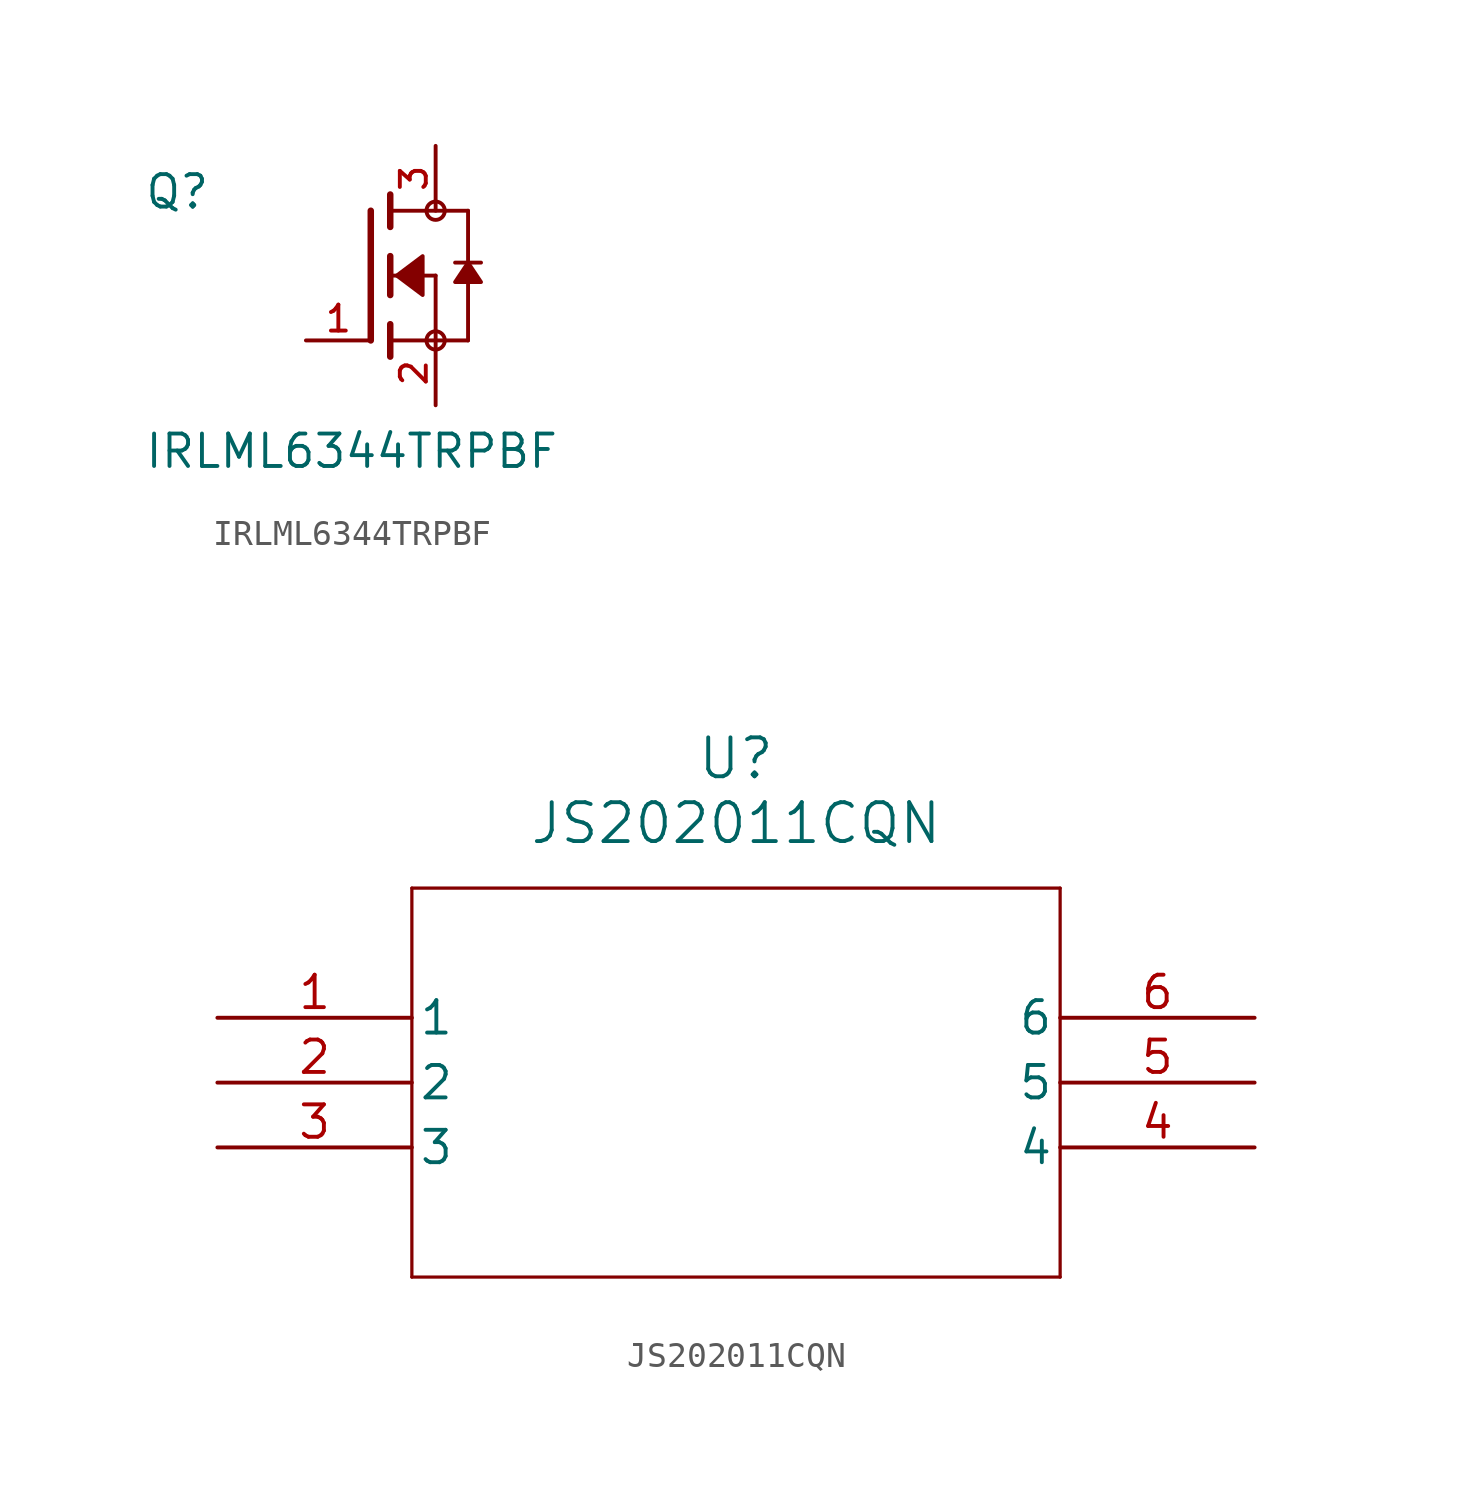
<source format=kicad_sym>
(kicad_symbol_lib
  (version 20241209)
  (generator "kicad_symbol_editor")
  (generator_version "9.0")
  (symbol "IRLML6344TRPBF"
    (pin_names
      (offset 1.016))
    (property "Reference" "Q"
      (at -8.89 2.54 0)
      (effects (font (size 1.27 1.27)) (justify left bottom)))
    (property "Value" "IRLML6344TRPBF"
      (at -8.89 -7.62 0)
      (effects (font (size 1.27 1.27)) (justify left bottom)))
    (symbol "IRLML6344TRPBF_0_0"
      (polyline (pts (xy 0 2.54) (xy 0 -2.54)) (stroke (width 0.254) (type default)) (fill (type none)))
      (polyline (pts (xy 0.762 3.175) (xy 0.762 2.54)) (stroke (width 0.254) (type default)) (fill (type none)))
      (polyline (pts (xy 0.762 2.54) (xy 0.762 1.905)) (stroke (width 0.254) (type default)) (fill (type none)))
      (polyline (pts (xy 0.762 2.54) (xy 3.81 2.54)) (stroke (width 0.152) (type default)) (fill (type none)))
      (polyline (pts (xy 0.762 0.762) (xy 0.762 0)) (stroke (width 0.254) (type default)) (fill (type none)))
      (polyline (pts (xy 0.762 0) (xy 0.762 -0.762)) (stroke (width 0.254) (type default)) (fill (type none)))
      (polyline (pts (xy 0.762 0) (xy 2.54 0)) (stroke (width 0.152) (type default)) (fill (type none)))
      (polyline (pts (xy 0.762 -1.905) (xy 0.762 -3.175)) (stroke (width 0.254) (type default)) (fill (type none)))
      (polyline (pts (xy 1.016 0) (xy 2.032 0.762) (xy 2.032 -0.762) (xy 1.016 0)) (stroke (width 0.152) (type default)) (fill (type outline)))
      (circle (center 2.54 2.54) (radius 0.359) (stroke (width 0) (type default)) (fill (type none)))
      (polyline (pts (xy 2.54 0) (xy 2.54 -2.54)) (stroke (width 0.152) (type default)) (fill (type none)))
      (circle (center 2.54 -2.54) (radius 0.359) (stroke (width 0) (type default)) (fill (type none)))
      (polyline (pts (xy 3.81 2.54) (xy 3.81 0.508)) (stroke (width 0.152) (type default)) (fill (type none)))
      (polyline (pts (xy 3.81 0.508) (xy 3.302 0.508)) (stroke (width 0.152) (type default)) (fill (type none)))
      (polyline (pts (xy 3.81 0.508) (xy 3.81 -2.54)) (stroke (width 0.152) (type default)) (fill (type none)))
      (polyline (pts (xy 3.81 0.508) (xy 3.302 -0.254) (xy 4.318 -0.254) (xy 3.81 0.508)) (stroke (width 0.152) (type default)) (fill (type outline)))
      (polyline (pts (xy 3.81 -2.54) (xy 0.762 -2.54)) (stroke (width 0.152) (type default)) (fill (type none)))
      (polyline (pts (xy 4.318 0.508) (xy 3.81 0.508)) (stroke (width 0.152) (type default)) (fill (type none)))
      (pin passive line (at -2.54 -2.54 0) (length 2.54) (name "~" (effects (font (size 1.016 1.016)))) (number "1" (effects (font (size 1.016 1.016)))))
      (pin passive line (at 2.54 5.08 270) (length 2.54) (name "~" (effects (font (size 1.016 1.016)))) (number "3" (effects (font (size 1.016 1.016)))))
      (pin passive line (at 2.54 -5.08 90) (length 2.54) (name "~" (effects (font (size 1.016 1.016)))) (number "2" (effects (font (size 1.016 1.016)))))))
  (symbol "JS202011CQN"
    (pin_names
      (offset 0.254))
    (property "Reference" "U"
      (at 20.32 10.16 0)
      (effects (font (size 1.524 1.524))))
    (property "Value" "JS202011CQN"
      (at 20.32 7.62 0)
      (effects (font (size 1.524 1.524))))
    (property "ki_locked" ""
      (at 0 0 0)
      (effects (font (size 1.27 1.27))))
    (symbol "JS202011CQN_0_1"
      (polyline (pts (xy 7.62 5.08) (xy 7.62 -10.16)) (stroke (width 0.127) (type default)) (fill (type none)))
      (polyline (pts (xy 7.62 -10.16) (xy 33.02 -10.16)) (stroke (width 0.127) (type default)) (fill (type none)))
      (polyline (pts (xy 33.02 5.08) (xy 7.62 5.08)) (stroke (width 0.127) (type default)) (fill (type none)))
      (polyline (pts (xy 33.02 -10.16) (xy 33.02 5.08)) (stroke (width 0.127) (type default)) (fill (type none)))
      (pin unspecified line (at 0 0 0) (length 7.62) (name "1" (effects (font (size 1.27 1.27)))) (number "1" (effects (font (size 1.27 1.27)))))
      (pin unspecified line (at 0 -2.54 0) (length 7.62) (name "2" (effects (font (size 1.27 1.27)))) (number "2" (effects (font (size 1.27 1.27)))))
      (pin unspecified line (at 0 -5.08 0) (length 7.62) (name "3" (effects (font (size 1.27 1.27)))) (number "3" (effects (font (size 1.27 1.27)))))
      (pin unspecified line (at 40.64 0 180) (length 7.62) (name "6" (effects (font (size 1.27 1.27)))) (number "6" (effects (font (size 1.27 1.27)))))
      (pin unspecified line (at 40.64 -2.54 180) (length 7.62) (name "5" (effects (font (size 1.27 1.27)))) (number "5" (effects (font (size 1.27 1.27)))))
      (pin unspecified line (at 40.64 -5.08 180) (length 7.62) (name "4" (effects (font (size 1.27 1.27)))) (number "4" (effects (font (size 1.27 1.27))))))))
</source>
